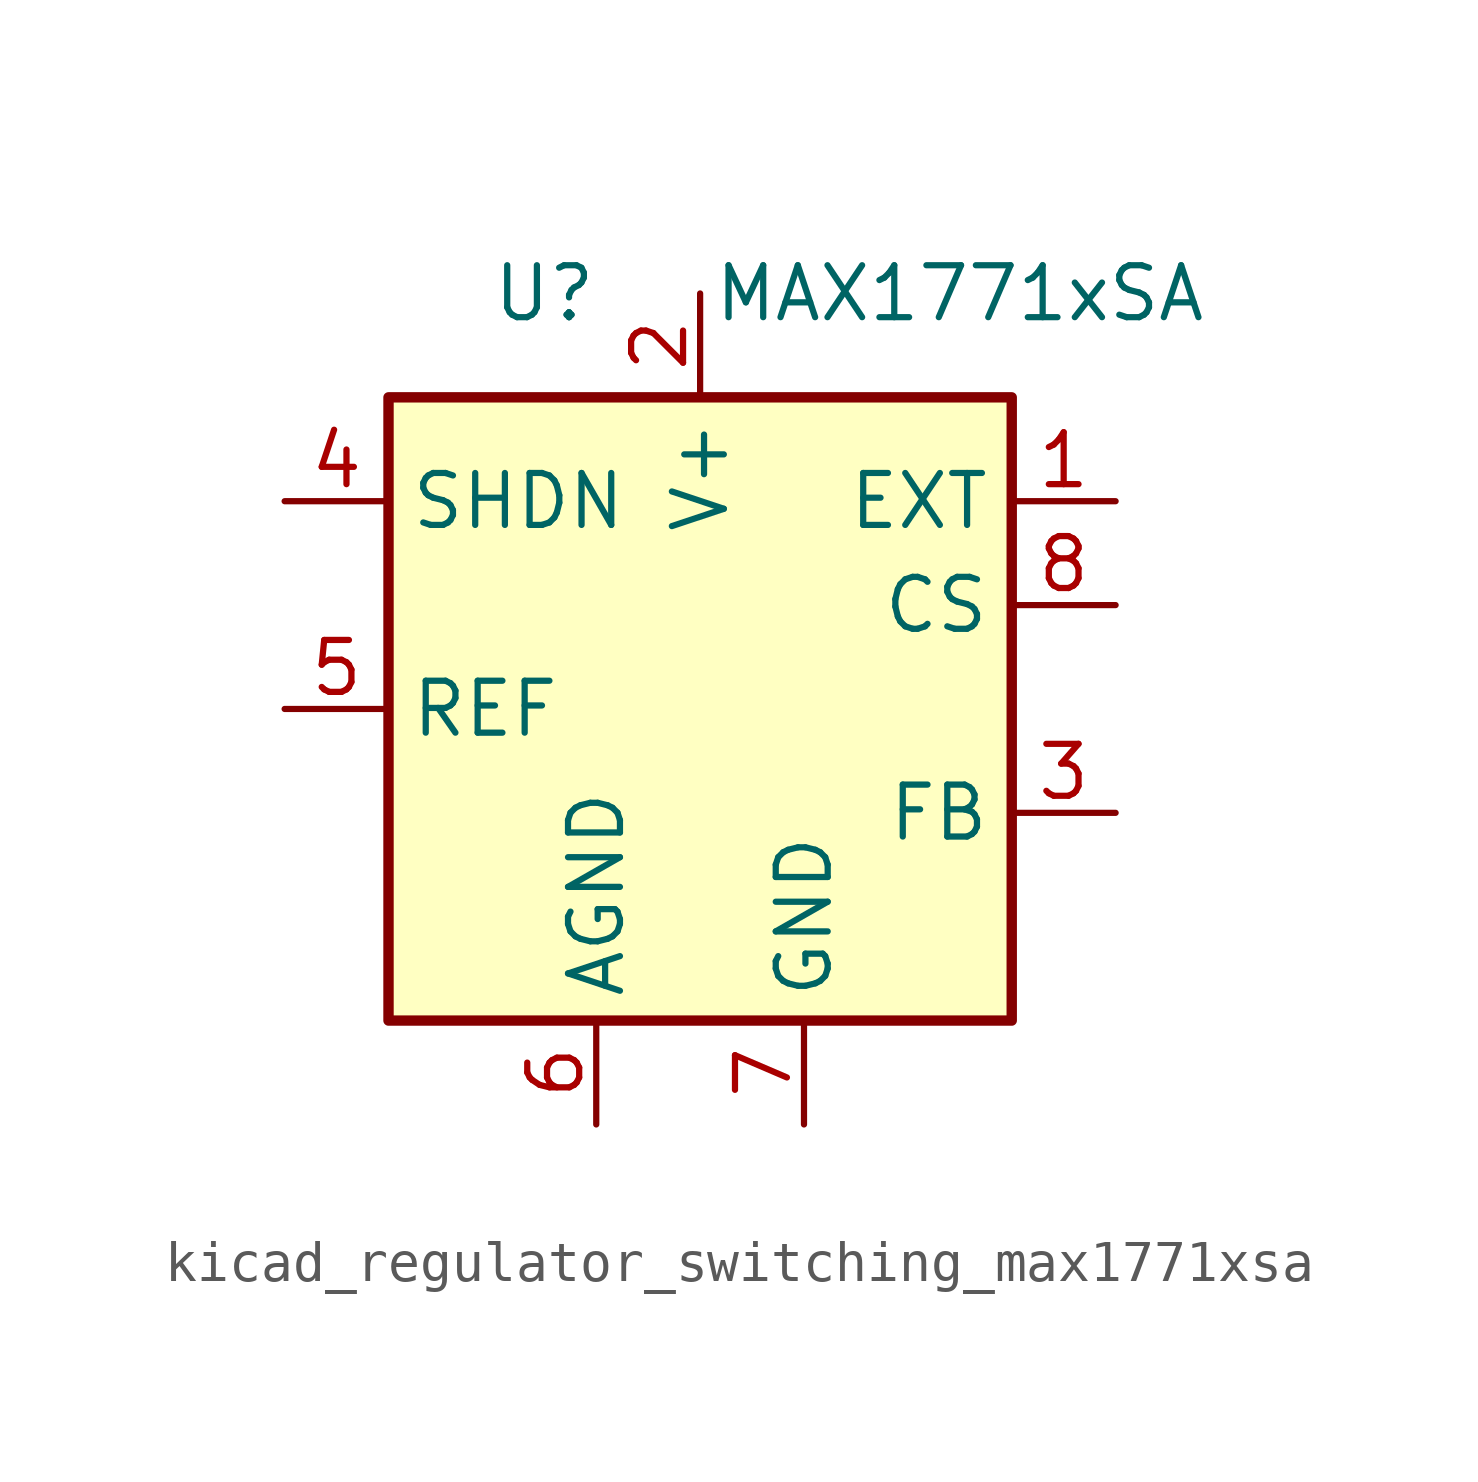
<source format=kicad_sym>
(kicad_symbol_lib
  (version 20220914)
  (generator kicad_symbol_editor)
  (symbol "kicad_regulator_switching_max1771xsa"
    (property "Reference" "U"
      (at -3.81 10.16 0)
      (effects (font (size 1.27 1.27))))
    (property "Value" "MAX1771xSA"
      (at 6.35 10.16 0)
      (effects (font (size 1.27 1.27))))
    (symbol "kicad_regulator_switching_max1771xsa_0_1"
      (rectangle (start -7.62 7.62) (end 7.62 -7.62) (stroke (width 0.254) (type default)) (fill (type background))))
    (symbol "kicad_regulator_switching_max1771xsa_1_1"
      (pin output line (at 10.16 5.08 180) (length 2.54) (name "EXT" (effects (font (size 1.27 1.27)))) (number "1" (effects (font (size 1.27 1.27)))))
      (pin power_in line (at 0 10.16 270) (length 2.54) (name "V+" (effects (font (size 1.27 1.27)))) (number "2" (effects (font (size 1.27 1.27)))))
      (pin input line (at 10.16 -2.54 180) (length 2.54) (name "FB" (effects (font (size 1.27 1.27)))) (number "3" (effects (font (size 1.27 1.27)))))
      (pin input line (at -10.16 5.08 0) (length 2.54) (name "SHDN" (effects (font (size 1.27 1.27)))) (number "4" (effects (font (size 1.27 1.27)))))
      (pin passive line (at -10.16 0 0) (length 2.54) (name "REF" (effects (font (size 1.27 1.27)))) (number "5" (effects (font (size 1.27 1.27)))))
      (pin power_in line (at -2.54 -10.16 90) (length 2.54) (name "AGND" (effects (font (size 1.27 1.27)))) (number "6" (effects (font (size 1.27 1.27)))))
      (pin power_in line (at 2.54 -10.16 90) (length 2.54) (name "GND" (effects (font (size 1.27 1.27)))) (number "7" (effects (font (size 1.27 1.27)))))
      (pin input line (at 10.16 2.54 180) (length 2.54) (name "CS" (effects (font (size 1.27 1.27)))) (number "8" (effects (font (size 1.27 1.27))))))))
</source>
